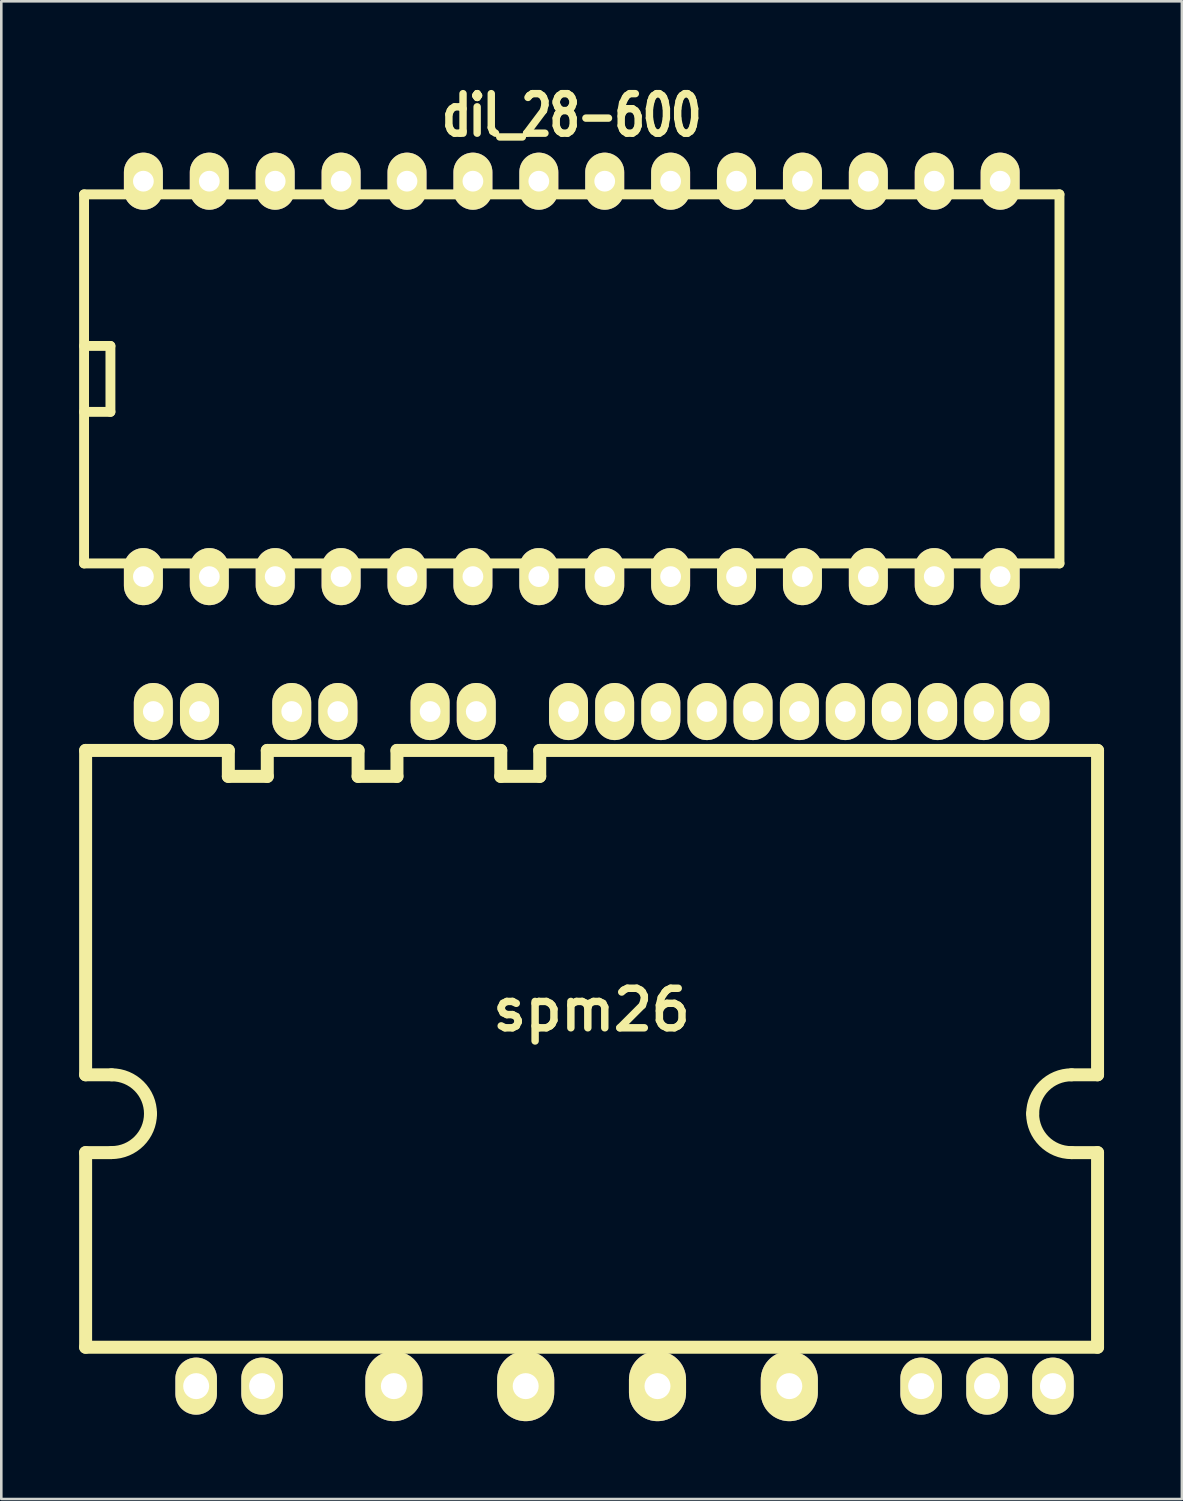
<source format=kicad_pcb>
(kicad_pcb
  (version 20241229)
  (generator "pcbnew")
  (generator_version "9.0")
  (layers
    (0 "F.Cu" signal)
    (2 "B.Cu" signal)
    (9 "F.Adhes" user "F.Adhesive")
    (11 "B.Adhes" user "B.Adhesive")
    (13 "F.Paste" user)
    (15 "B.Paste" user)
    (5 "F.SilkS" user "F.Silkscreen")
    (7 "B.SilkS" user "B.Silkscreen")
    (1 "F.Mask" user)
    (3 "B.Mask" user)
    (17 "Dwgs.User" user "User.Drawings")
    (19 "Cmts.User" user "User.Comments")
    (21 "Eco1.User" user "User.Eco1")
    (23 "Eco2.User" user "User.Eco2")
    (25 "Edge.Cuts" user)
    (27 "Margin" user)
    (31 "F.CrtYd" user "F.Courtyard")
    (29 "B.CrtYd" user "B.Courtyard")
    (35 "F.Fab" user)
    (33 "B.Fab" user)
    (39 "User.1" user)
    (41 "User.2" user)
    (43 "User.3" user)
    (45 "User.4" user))
  (footprint "dil_28-600"
    (layer "F.Cu")
    (at 18.986 11.553)
    (property "Reference" "dil_28-600" (at 0 -10.16 0) (layer "F.SilkS") (effects (font (size 1.524 1.143) (thickness 0.287))))
    (attr through_hole)
    (fp_line (start -18.796 -7.112) (end -18.796 7.112) (stroke (width 0.381) (type solid)) (layer "F.SilkS"))
    (fp_line (start -17.78 -1.27) (end -18.796 -1.27) (stroke (width 0.381) (type solid)) (layer "F.SilkS"))
    (fp_line (start -17.78 -1.27) (end -17.78 1.27) (stroke (width 0.381) (type solid)) (layer "F.SilkS"))
    (fp_line (start -17.78 1.27) (end -18.796 1.27) (stroke (width 0.381) (type solid)) (layer "F.SilkS"))
    (fp_line (start 18.796 -7.112) (end -18.796 -7.112) (stroke (width 0.381) (type solid)) (layer "F.SilkS"))
    (fp_line (start 18.796 7.112) (end -18.796 7.112) (stroke (width 0.381) (type solid)) (layer "F.SilkS"))
    (fp_line (start 18.796 7.112) (end 18.796 -7.112) (stroke (width 0.381) (type solid)) (layer "F.SilkS"))
    (pad "1" thru_hole oval (at -16.51 7.62) (size 1.501 2.2) (drill 0.8) (layers "*.Cu" "*.Mask" "F.SilkS"))
    (pad "2" thru_hole oval (at -13.97 7.62) (size 1.501 2.2) (drill 0.8) (layers "*.Cu" "*.Mask" "F.SilkS"))
    (pad "3" thru_hole oval (at -11.43 7.62) (size 1.501 2.2) (drill 0.8) (layers "*.Cu" "*.Mask" "F.SilkS"))
    (pad "4" thru_hole oval (at -8.89 7.62) (size 1.501 2.2) (drill 0.8) (layers "*.Cu" "*.Mask" "F.SilkS"))
    (pad "5" thru_hole oval (at -6.35 7.62) (size 1.501 2.2) (drill 0.8) (layers "*.Cu" "*.Mask" "F.SilkS"))
    (pad "6" thru_hole oval (at -3.81 7.62) (size 1.501 2.2) (drill 0.8) (layers "*.Cu" "*.Mask" "F.SilkS"))
    (pad "7" thru_hole oval (at -1.27 7.62) (size 1.501 2.2) (drill 0.8) (layers "*.Cu" "*.Mask" "F.SilkS"))
    (pad "8" thru_hole oval (at 1.27 7.62) (size 1.501 2.2) (drill 0.8) (layers "*.Cu" "*.Mask" "F.SilkS"))
    (pad "9" thru_hole oval (at 3.81 7.62) (size 1.501 2.2) (drill 0.8) (layers "*.Cu" "*.Mask" "F.SilkS"))
    (pad "10" thru_hole oval (at 6.35 7.62) (size 1.501 2.2) (drill 0.8) (layers "*.Cu" "*.Mask" "F.SilkS"))
    (pad "11" thru_hole oval (at 8.89 7.62) (size 1.501 2.2) (drill 0.8) (layers "*.Cu" "*.Mask" "F.SilkS"))
    (pad "12" thru_hole oval (at 11.43 7.62) (size 1.501 2.2) (drill 0.8) (layers "*.Cu" "*.Mask" "F.SilkS"))
    (pad "13" thru_hole oval (at 13.97 7.62) (size 1.501 2.2) (drill 0.8) (layers "*.Cu" "*.Mask" "F.SilkS"))
    (pad "14" thru_hole oval (at 16.51 7.62) (size 1.501 2.2) (drill 0.8) (layers "*.Cu" "*.Mask" "F.SilkS"))
    (pad "15" thru_hole oval (at 16.51 -7.62) (size 1.501 2.2) (drill 0.8) (layers "*.Cu" "*.Mask" "F.SilkS"))
    (pad "16" thru_hole oval (at 13.97 -7.62) (size 1.501 2.2) (drill 0.8) (layers "*.Cu" "*.Mask" "F.SilkS"))
    (pad "17" thru_hole oval (at 11.43 -7.62) (size 1.501 2.2) (drill 0.8) (layers "*.Cu" "*.Mask" "F.SilkS"))
    (pad "18" thru_hole oval (at 8.89 -7.62) (size 1.501 2.2) (drill 0.8) (layers "*.Cu" "*.Mask" "F.SilkS"))
    (pad "19" thru_hole oval (at 6.35 -7.62) (size 1.501 2.2) (drill 0.8) (layers "*.Cu" "*.Mask" "F.SilkS"))
    (pad "20" thru_hole oval (at 3.81 -7.62) (size 1.501 2.2) (drill 0.8) (layers "*.Cu" "*.Mask" "F.SilkS"))
    (pad "21" thru_hole oval (at 1.27 -7.62) (size 1.501 2.2) (drill 0.8) (layers "*.Cu" "*.Mask" "F.SilkS"))
    (pad "22" thru_hole oval (at -1.27 -7.62) (size 1.501 2.2) (drill 0.8) (layers "*.Cu" "*.Mask" "F.SilkS"))
    (pad "23" thru_hole oval (at -3.81 -7.62) (size 1.501 2.2) (drill 0.8) (layers "*.Cu" "*.Mask" "F.SilkS"))
    (pad "24" thru_hole oval (at -6.35 -7.62) (size 1.501 2.2) (drill 0.8) (layers "*.Cu" "*.Mask" "F.SilkS"))
    (pad "25" thru_hole oval (at -8.89 -7.62) (size 1.501 2.2) (drill 0.8) (layers "*.Cu" "*.Mask" "F.SilkS"))
    (pad "26" thru_hole oval (at -11.43 -7.62) (size 1.501 2.2) (drill 0.8) (layers "*.Cu" "*.Mask" "F.SilkS"))
    (pad "27" thru_hole oval (at -13.97 -7.62) (size 1.501 2.2) (drill 0.8) (layers "*.Cu" "*.Mask" "F.SilkS"))
    (pad "28" thru_hole oval (at -16.51 -7.62) (size 1.501 2.2) (drill 0.8) (layers "*.Cu" "*.Mask" "F.SilkS")))
  (footprint "spm26"
    (layer "F.Cu")
    (at 19.75 37.372)
    (property "Reference" "spm26" (at 0 -1.501 0) (layer "F.SilkS") (effects (font (size 1.524 1.524) (thickness 0.287))))
    (attr through_hole)
    (fp_line (start -19.5 -11.501) (end -19.5 1.001) (stroke (width 0.5) (type solid)) (layer "F.SilkS"))
    (fp_line (start -19.5 4) (end -19.5 11.501) (stroke (width 0.5) (type solid)) (layer "F.SilkS"))
    (fp_line (start -19.5 11.501) (end 19.5 11.501) (stroke (width 0.5) (type solid)) (layer "F.SilkS"))
    (fp_line (start -18.499 1.001) (end -19.5 1.001) (stroke (width 0.5) (type solid)) (layer "F.SilkS"))
    (fp_line (start -18.499 4) (end -19.5 4) (stroke (width 0.5) (type solid)) (layer "F.SilkS"))
    (fp_line (start -14 -11.501) (end -19.5 -11.501) (stroke (width 0.5) (type solid)) (layer "F.SilkS"))
    (fp_line (start -14 -11.501) (end -14 -10.5) (stroke (width 0.5) (type solid)) (layer "F.SilkS"))
    (fp_line (start -14 -10.5) (end -12.499 -10.5) (stroke (width 0.5) (type solid)) (layer "F.SilkS"))
    (fp_line (start -12.499 -11.501) (end -8.999 -11.501) (stroke (width 0.5) (type solid)) (layer "F.SilkS"))
    (fp_line (start -12.499 -10.5) (end -12.499 -11.501) (stroke (width 0.5) (type solid)) (layer "F.SilkS"))
    (fp_line (start -8.999 -11.501) (end -8.999 -10.5) (stroke (width 0.5) (type solid)) (layer "F.SilkS"))
    (fp_line (start -8.999 -10.5) (end -7.501 -10.5) (stroke (width 0.5) (type solid)) (layer "F.SilkS"))
    (fp_line (start -7.501 -10.5) (end -7.501 -11.501) (stroke (width 0.5) (type solid)) (layer "F.SilkS"))
    (fp_line (start -3.5 -11.501) (end -7.501 -11.501) (stroke (width 0.5) (type solid)) (layer "F.SilkS"))
    (fp_line (start -3.5 -11.501) (end -3.5 -10.5) (stroke (width 0.5) (type solid)) (layer "F.SilkS"))
    (fp_line (start -3.5 -10.5) (end -1.999 -10.5) (stroke (width 0.5) (type solid)) (layer "F.SilkS"))
    (fp_line (start -1.999 -11.501) (end 19.5 -11.501) (stroke (width 0.5) (type solid)) (layer "F.SilkS"))
    (fp_line (start -1.999 -10.5) (end -1.999 -11.501) (stroke (width 0.5) (type solid)) (layer "F.SilkS"))
    (fp_line (start 18.499 1.001) (end 19.5 1.001) (stroke (width 0.5) (type solid)) (layer "F.SilkS"))
    (fp_line (start 18.499 4) (end 19.5 4) (stroke (width 0.5) (type solid)) (layer "F.SilkS"))
    (fp_line (start 19.5 1.001) (end 19.5 -11.501) (stroke (width 0.5) (type solid)) (layer "F.SilkS"))
    (fp_line (start 19.5 4) (end 19.5 11.501) (stroke (width 0.5) (type solid)) (layer "F.SilkS"))
    (fp_arc (start -18.49882 1.00076) (mid -17.43915 1.43969) (end -17.00022 2.49936) (stroke (width 0.50038) (type solid)) (layer "F.SilkS"))
    (fp_arc (start -17.00022 2.49936) (mid -17.43915 3.55903) (end -18.49882 3.99796) (stroke (width 0.50038) (type solid)) (layer "F.SilkS"))
    (fp_arc (start 17.00022 2.49936) (mid 17.43915 1.43969) (end 18.49882 1.00076) (stroke (width 0.50038) (type solid)) (layer "F.SilkS"))
    (fp_arc (start 18.49882 4.0005) (mid 17.437354 3.560826) (end 16.99768 2.49936) (stroke (width 0.50038) (type solid)) (layer "F.SilkS"))
    (pad "1" thru_hole oval (at -15.24 13) (size 1.6 2.2) (drill 1.001) (layers "*.Cu" "*.Mask" "F.SilkS"))
    (pad "2" thru_hole oval (at -12.7 13) (size 1.6 2.2) (drill 1.001) (layers "*.Cu" "*.Mask" "F.SilkS"))
    (pad "3" thru_hole oval (at -7.62 13) (size 2.2 2.7) (drill 1.001) (layers "*.Cu" "*.Mask" "F.SilkS"))
    (pad "4" thru_hole oval (at -2.54 13) (size 2.2 2.7) (drill 1.001) (layers "*.Cu" "*.Mask" "F.SilkS"))
    (pad "5" thru_hole oval (at 2.54 13) (size 2.2 2.7) (drill 1.001) (layers "*.Cu" "*.Mask" "F.SilkS"))
    (pad "6" thru_hole oval (at 7.62 13) (size 2.2 2.7) (drill 1.001) (layers "*.Cu" "*.Mask" "F.SilkS"))
    (pad "7" thru_hole oval (at 12.7 13) (size 1.6 2.2) (drill 1.001) (layers "*.Cu" "*.Mask" "F.SilkS"))
    (pad "8" thru_hole oval (at 15.24 13) (size 1.6 2.2) (drill 1.001) (layers "*.Cu" "*.Mask" "F.SilkS"))
    (pad "9" thru_hole oval (at 17.78 13) (size 1.6 2.2) (drill 1.001) (layers "*.Cu" "*.Mask" "F.SilkS"))
    (pad "10" thru_hole oval (at 16.891 -13) (size 1.501 2.2) (drill 0.8) (layers "*.Cu" "*.Mask" "F.SilkS"))
    (pad "11" thru_hole oval (at 15.113 -13) (size 1.501 2.2) (drill 0.8) (layers "*.Cu" "*.Mask" "F.SilkS"))
    (pad "12" thru_hole oval (at 13.335 -13) (size 1.501 2.2) (drill 0.8) (layers "*.Cu" "*.Mask" "F.SilkS"))
    (pad "13" thru_hole oval (at 11.557 -13) (size 1.501 2.2) (drill 0.8) (layers "*.Cu" "*.Mask" "F.SilkS"))
    (pad "14" thru_hole oval (at 9.779 -13) (size 1.501 2.2) (drill 0.8) (layers "*.Cu" "*.Mask" "F.SilkS"))
    (pad "15" thru_hole oval (at 8.009 -13) (size 1.501 2.2) (drill 0.8) (layers "*.Cu" "*.Mask" "F.SilkS"))
    (pad "16" thru_hole oval (at 6.223 -13) (size 1.501 2.2) (drill 0.8) (layers "*.Cu" "*.Mask" "F.SilkS"))
    (pad "17" thru_hole oval (at 4.445 -13) (size 1.501 2.2) (drill 0.8) (layers "*.Cu" "*.Mask" "F.SilkS"))
    (pad "18" thru_hole oval (at 2.667 -13) (size 1.501 2.2) (drill 0.8) (layers "*.Cu" "*.Mask" "F.SilkS"))
    (pad "19" thru_hole oval (at 0.889 -13) (size 1.501 2.2) (drill 0.8) (layers "*.Cu" "*.Mask" "F.SilkS"))
    (pad "20" thru_hole oval (at -0.889 -13) (size 1.501 2.2) (drill 0.8) (layers "*.Cu" "*.Mask" "F.SilkS"))
    (pad "21" thru_hole oval (at -4.445 -13) (size 1.501 2.2) (drill 0.8) (layers "*.Cu" "*.Mask" "F.SilkS"))
    (pad "22" thru_hole oval (at -6.223 -13) (size 1.501 2.2) (drill 0.8) (layers "*.Cu" "*.Mask" "F.SilkS"))
    (pad "23" thru_hole oval (at -9.779 -13) (size 1.501 2.2) (drill 0.8) (layers "*.Cu" "*.Mask" "F.SilkS"))
    (pad "24" thru_hole oval (at -11.557 -13) (size 1.501 2.2) (drill 0.8) (layers "*.Cu" "*.Mask" "F.SilkS"))
    (pad "25" thru_hole oval (at -15.113 -13) (size 1.501 2.2) (drill 0.8) (layers "*.Cu" "*.Mask" "F.SilkS"))
    (pad "26" thru_hole oval (at -16.891 -13) (size 1.501 2.2) (drill 0.8) (layers "*.Cu" "*.Mask" "F.SilkS")))
  (gr_rect
    (start -3 -3)
    (end 42.5 54.722)
    (stroke (width 0.1) (type default))
    (fill no)
    (layer "Edge.Cuts")))
</source>
